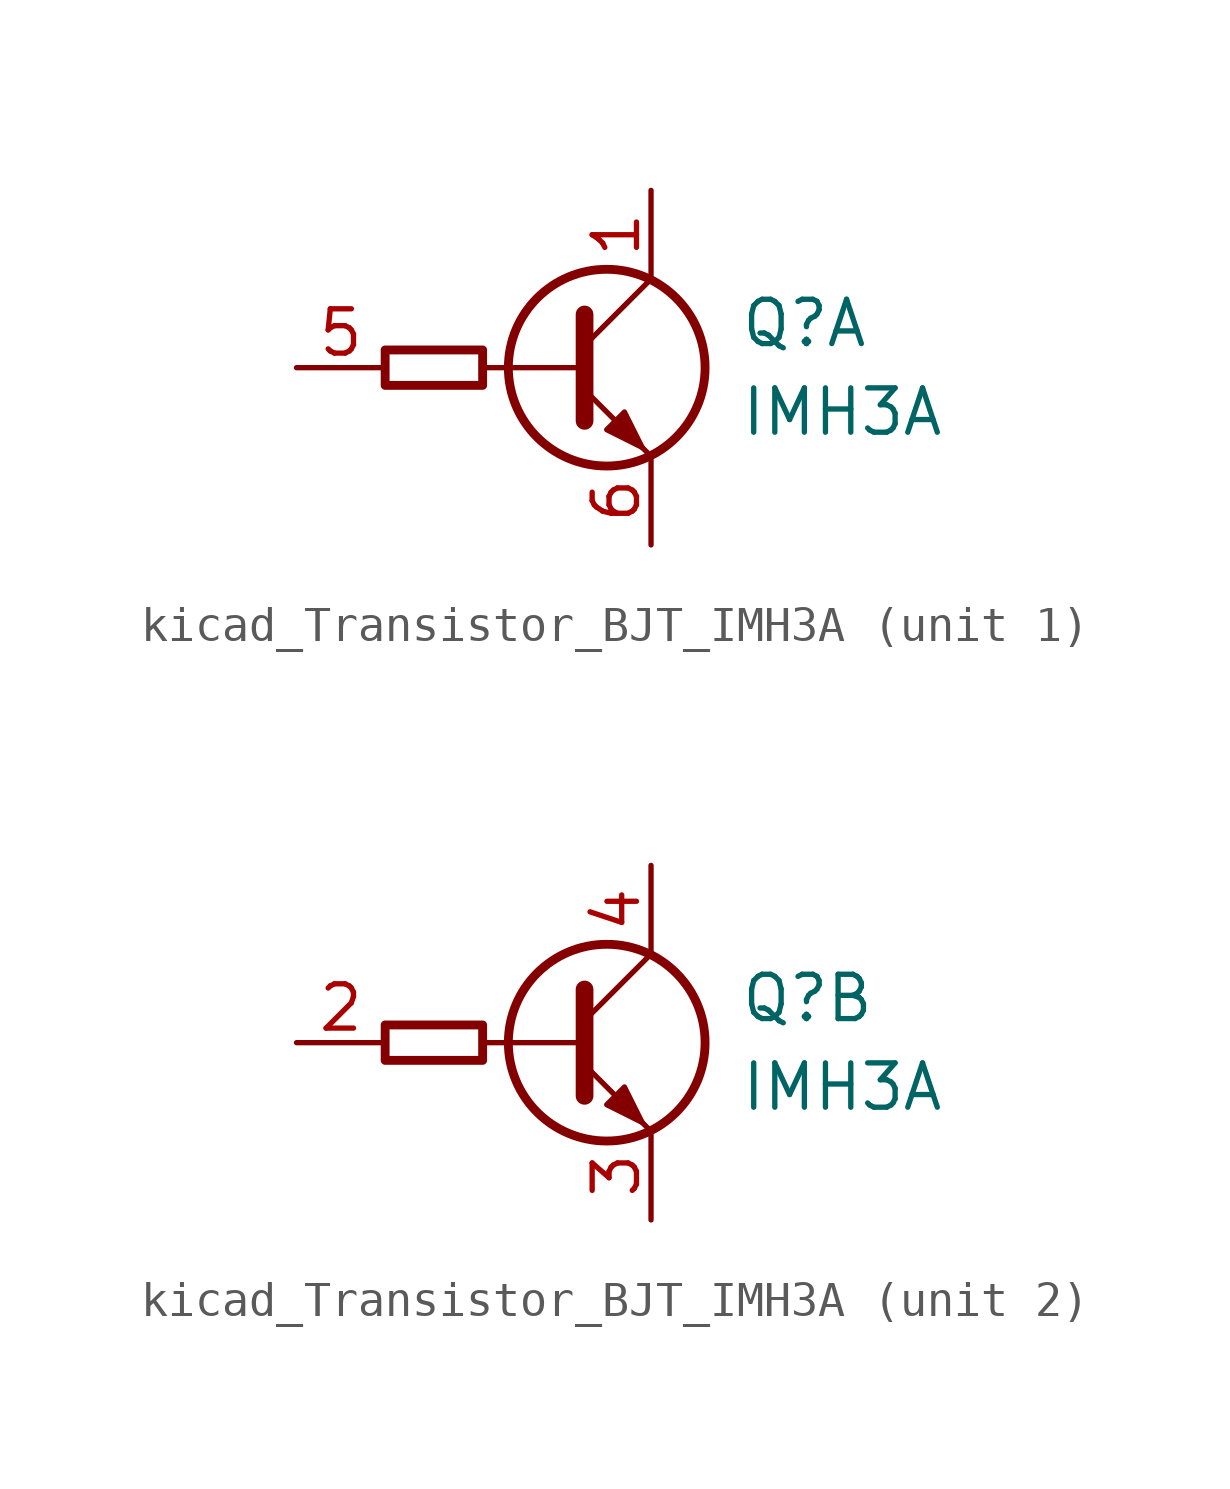
<source format=kicad_sym>
(kicad_symbol_lib
  (version 20220914)
  (generator kicad_symbol_editor)
  (symbol "kicad_Transistor_BJT_IMH3A"
    (pin_names hide)
    (property "Reference" "Q"
      (at 7.62 1.27 0)
      (effects (font (size 1.27 1.27)) (justify left)))
    (property "Value" "IMH3A"
      (at 7.62 -1.27 0)
      (effects (font (size 1.27 1.27)) (justify left)))
    (symbol "kicad_Transistor_BJT_IMH3A_0_1"
      (polyline (pts (xy 3.175 0) (xy 0.254 0)) (stroke (width 0) (type default)) (fill (type none)))
      (polyline (pts (xy 3.175 0.635) (xy 5.08 2.54)) (stroke (width 0) (type default)) (fill (type none)))
      (polyline (pts (xy 3.175 1.524) (xy 3.175 -1.524)) (stroke (width 0.508) (type default)) (fill (type none)))
      (polyline (pts (xy 3.175 -0.635) (xy 5.08 -2.54) (xy 5.08 -2.54)) (stroke (width 0) (type default)) (fill (type none)))
      (polyline (pts (xy 3.81 -1.778) (xy 4.318 -1.27) (xy 4.826 -2.286) (xy 3.81 -1.778) (xy 3.81 -1.778)) (stroke (width 0) (type default)) (fill (type outline)))
      (rectangle (start 0.254 0.508) (end -2.54 -0.508) (stroke (width 0.254) (type default)) (fill (type none)))
      (circle (center 3.81 0) (radius 2.819) (stroke (width 0.254) (type default)) (fill (type none))))
    (symbol "kicad_Transistor_BJT_IMH3A_1_1"
      (pin passive line (at 5.08 5.08 270) (length 2.54) (name "C1" (effects (font (size 1.27 1.27)))) (number "1" (effects (font (size 1.27 1.27)))))
      (pin input line (at -5.08 0 0) (length 2.54) (name "B1" (effects (font (size 1.27 1.27)))) (number "5" (effects (font (size 1.27 1.27)))))
      (pin passive line (at 5.08 -5.08 90) (length 2.54) (name "E1" (effects (font (size 1.27 1.27)))) (number "6" (effects (font (size 1.27 1.27))))))
    (symbol "kicad_Transistor_BJT_IMH3A_2_1"
      (pin input line (at -5.08 0 0) (length 2.54) (name "B2" (effects (font (size 1.27 1.27)))) (number "2" (effects (font (size 1.27 1.27)))))
      (pin passive line (at 5.08 -5.08 90) (length 2.54) (name "E2" (effects (font (size 1.27 1.27)))) (number "3" (effects (font (size 1.27 1.27)))))
      (pin passive line (at 5.08 5.08 270) (length 2.54) (name "C2" (effects (font (size 1.27 1.27)))) (number "4" (effects (font (size 1.27 1.27))))))))
</source>
